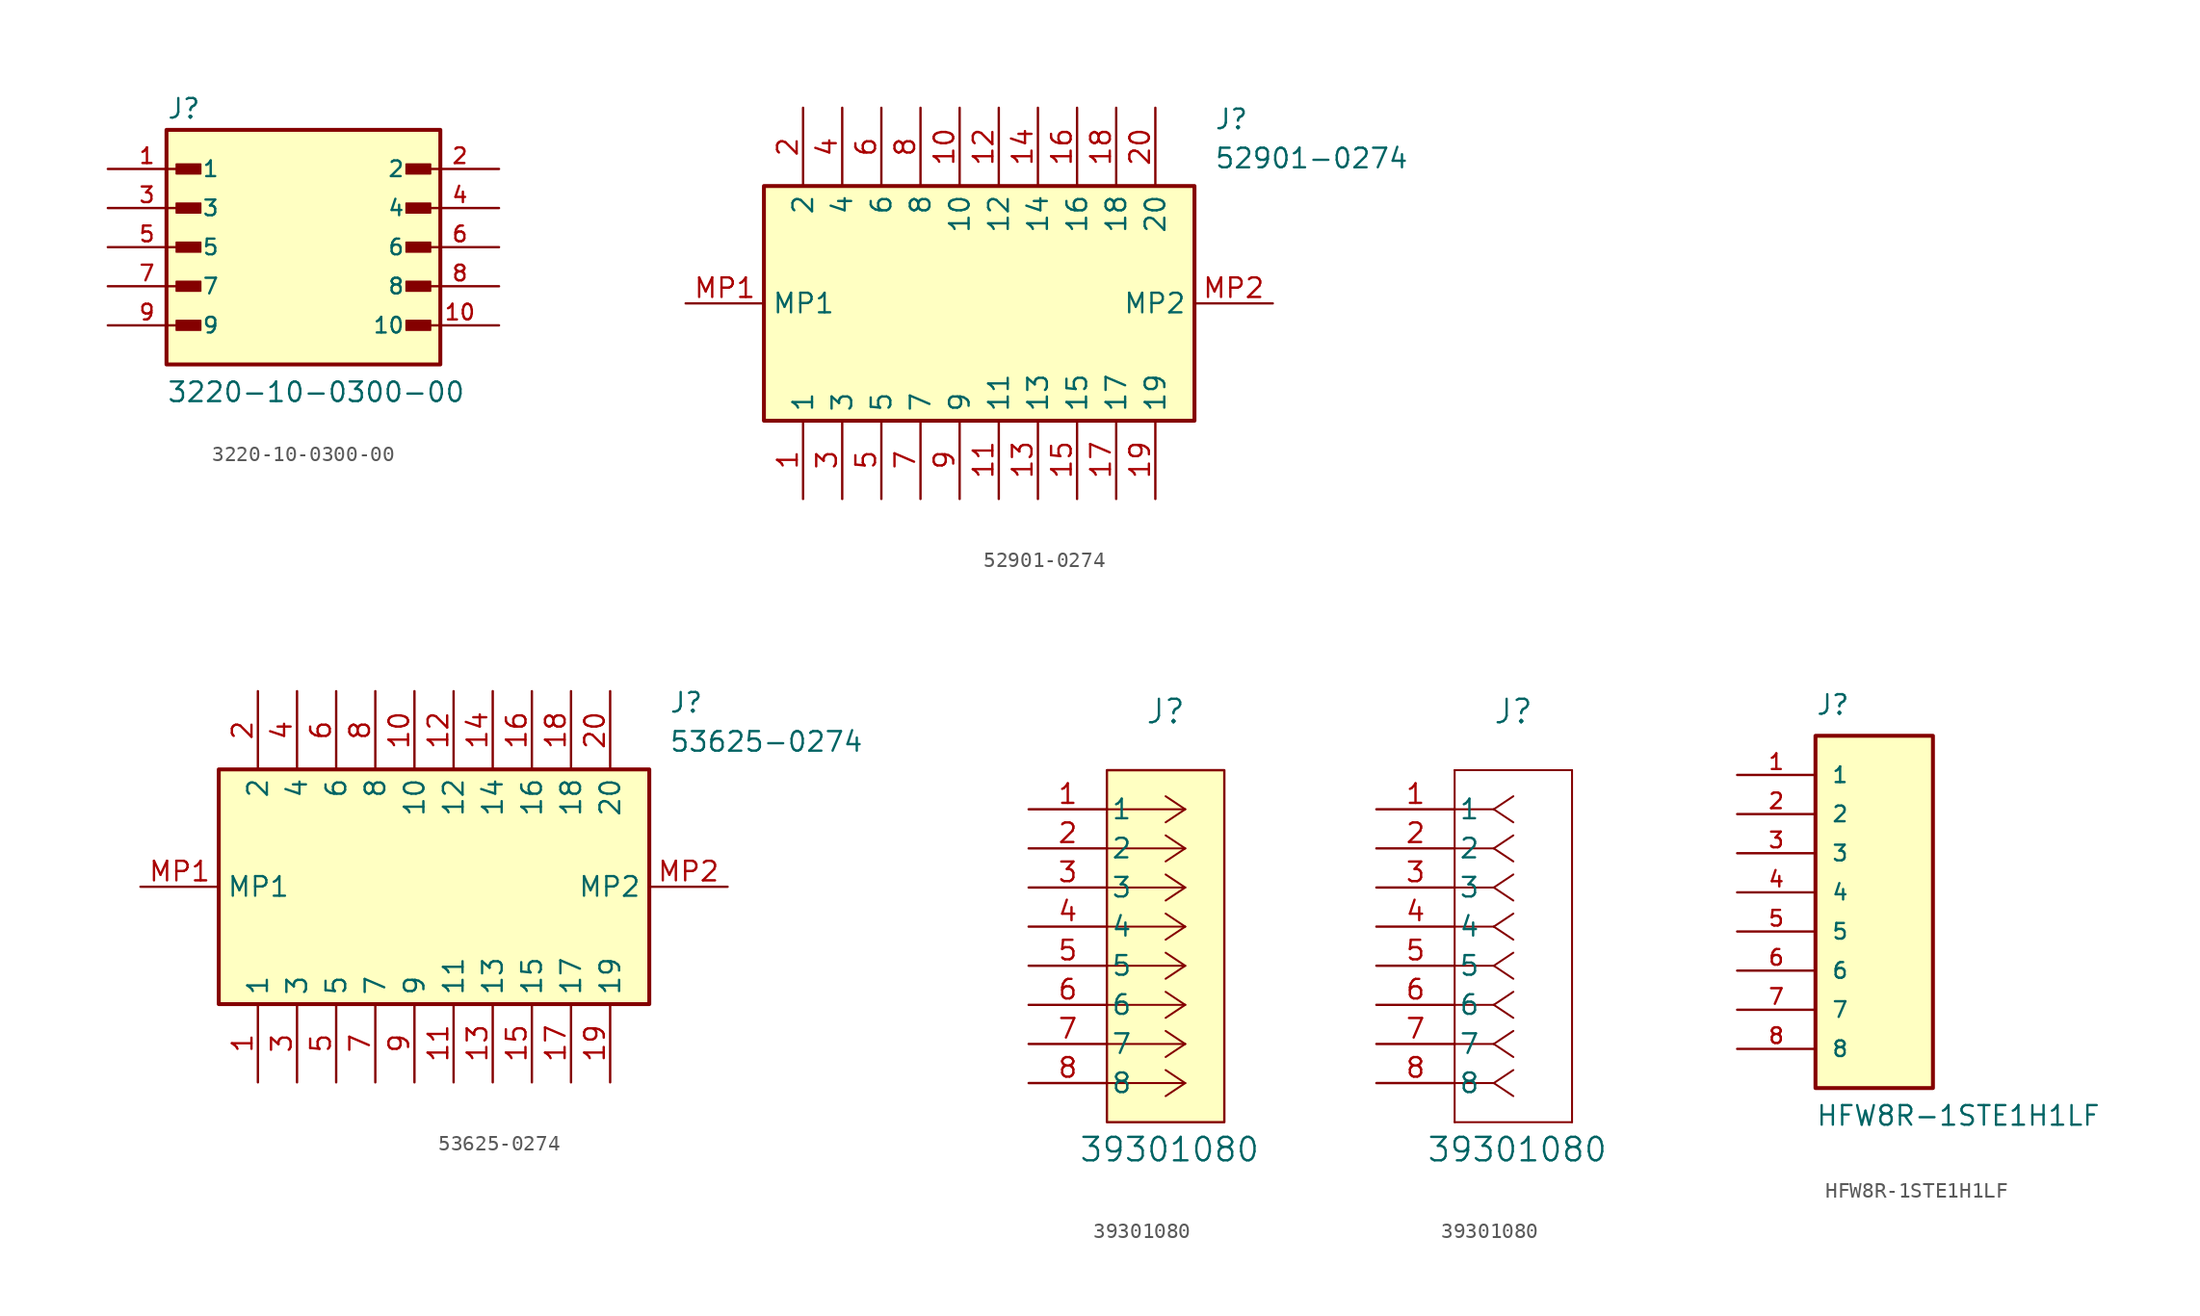
<source format=kicad_sym>
(kicad_symbol_lib
  (version 20231120)
  (generator "kicad_symbol_editor")
  (generator_version "8.0")
  (symbol "3220-10-0300-00"
    (pin_names
      (offset 1.016))
    (property "Reference" "J"
      (at -8.89 8.255 0)
      (effects (font (size 1.27 1.27)) (justify left bottom)))
    (property "Value" "3220-10-0300-00"
      (at -8.89 -10.16 0)
      (effects (font (size 1.27 1.27)) (justify left bottom)))
    (symbol "3220-10-0300-00_0_0"
      (rectangle (start -8.89 -7.62) (end 8.89 7.62) (stroke (width 0.254) (type default)) (fill (type background)))
      (rectangle (start -8.255 -5.397) (end -6.668 -4.763) (stroke (width 0.1) (type default)) (fill (type outline)))
      (rectangle (start -8.255 -2.857) (end -6.668 -2.223) (stroke (width 0.1) (type default)) (fill (type outline)))
      (rectangle (start -8.255 -0.318) (end -6.668 0.318) (stroke (width 0.1) (type default)) (fill (type outline)))
      (rectangle (start -8.255 2.223) (end -6.668 2.857) (stroke (width 0.1) (type default)) (fill (type outline)))
      (rectangle (start -8.255 4.763) (end -6.668 5.397) (stroke (width 0.1) (type default)) (fill (type outline)))
      (rectangle (start 6.668 -5.397) (end 8.255 -4.763) (stroke (width 0.1) (type default)) (fill (type outline)))
      (rectangle (start 6.668 -2.857) (end 8.255 -2.223) (stroke (width 0.1) (type default)) (fill (type outline)))
      (rectangle (start 6.668 -0.318) (end 8.255 0.318) (stroke (width 0.1) (type default)) (fill (type outline)))
      (rectangle (start 6.668 2.223) (end 8.255 2.857) (stroke (width 0.1) (type default)) (fill (type outline)))
      (rectangle (start 6.668 4.763) (end 8.255 5.397) (stroke (width 0.1) (type default)) (fill (type outline)))
      (pin passive line (at -12.7 5.08 0) (length 5.08) (name "1" (effects (font (size 1.016 1.016)))) (number "1" (effects (font (size 1.016 1.016)))))
      (pin passive line (at 12.7 -5.08 180) (length 5.08) (name "10" (effects (font (size 1.016 1.016)))) (number "10" (effects (font (size 1.016 1.016)))))
      (pin passive line (at 12.7 5.08 180) (length 5.08) (name "2" (effects (font (size 1.016 1.016)))) (number "2" (effects (font (size 1.016 1.016)))))
      (pin passive line (at -12.7 2.54 0) (length 5.08) (name "3" (effects (font (size 1.016 1.016)))) (number "3" (effects (font (size 1.016 1.016)))))
      (pin passive line (at 12.7 2.54 180) (length 5.08) (name "4" (effects (font (size 1.016 1.016)))) (number "4" (effects (font (size 1.016 1.016)))))
      (pin passive line (at -12.7 0 0) (length 5.08) (name "5" (effects (font (size 1.016 1.016)))) (number "5" (effects (font (size 1.016 1.016)))))
      (pin passive line (at 12.7 0 180) (length 5.08) (name "6" (effects (font (size 1.016 1.016)))) (number "6" (effects (font (size 1.016 1.016)))))
      (pin passive line (at -12.7 -2.54 0) (length 5.08) (name "7" (effects (font (size 1.016 1.016)))) (number "7" (effects (font (size 1.016 1.016)))))
      (pin passive line (at 12.7 -2.54 180) (length 5.08) (name "8" (effects (font (size 1.016 1.016)))) (number "8" (effects (font (size 1.016 1.016)))))
      (pin passive line (at -12.7 -5.08 0) (length 5.08) (name "9" (effects (font (size 1.016 1.016)))) (number "9" (effects (font (size 1.016 1.016)))))))
  (symbol "52901-0274"
    (property "Reference" "J"
      (at 34.29 12.7 0)
      (effects (font (size 1.27 1.27)) (justify left top)))
    (property "Value" "52901-0274"
      (at 34.29 10.16 0)
      (effects (font (size 1.27 1.27)) (justify left top)))
    (symbol "52901-0274_1_1"
      (rectangle (start 5.08 7.62) (end 33.02 -7.62) (stroke (width 0.254) (type default)) (fill (type background)))
      (pin passive line (at 7.62 -12.7 90) (length 5.08) (name "1" (effects (font (size 1.27 1.27)))) (number "1" (effects (font (size 1.27 1.27)))))
      (pin passive line (at 17.78 12.7 270) (length 5.08) (name "10" (effects (font (size 1.27 1.27)))) (number "10" (effects (font (size 1.27 1.27)))))
      (pin passive line (at 20.32 -12.7 90) (length 5.08) (name "11" (effects (font (size 1.27 1.27)))) (number "11" (effects (font (size 1.27 1.27)))))
      (pin passive line (at 20.32 12.7 270) (length 5.08) (name "12" (effects (font (size 1.27 1.27)))) (number "12" (effects (font (size 1.27 1.27)))))
      (pin passive line (at 22.86 -12.7 90) (length 5.08) (name "13" (effects (font (size 1.27 1.27)))) (number "13" (effects (font (size 1.27 1.27)))))
      (pin passive line (at 22.86 12.7 270) (length 5.08) (name "14" (effects (font (size 1.27 1.27)))) (number "14" (effects (font (size 1.27 1.27)))))
      (pin passive line (at 25.4 -12.7 90) (length 5.08) (name "15" (effects (font (size 1.27 1.27)))) (number "15" (effects (font (size 1.27 1.27)))))
      (pin passive line (at 25.4 12.7 270) (length 5.08) (name "16" (effects (font (size 1.27 1.27)))) (number "16" (effects (font (size 1.27 1.27)))))
      (pin passive line (at 27.94 -12.7 90) (length 5.08) (name "17" (effects (font (size 1.27 1.27)))) (number "17" (effects (font (size 1.27 1.27)))))
      (pin passive line (at 27.94 12.7 270) (length 5.08) (name "18" (effects (font (size 1.27 1.27)))) (number "18" (effects (font (size 1.27 1.27)))))
      (pin passive line (at 30.48 -12.7 90) (length 5.08) (name "19" (effects (font (size 1.27 1.27)))) (number "19" (effects (font (size 1.27 1.27)))))
      (pin passive line (at 7.62 12.7 270) (length 5.08) (name "2" (effects (font (size 1.27 1.27)))) (number "2" (effects (font (size 1.27 1.27)))))
      (pin passive line (at 30.48 12.7 270) (length 5.08) (name "20" (effects (font (size 1.27 1.27)))) (number "20" (effects (font (size 1.27 1.27)))))
      (pin passive line (at 10.16 -12.7 90) (length 5.08) (name "3" (effects (font (size 1.27 1.27)))) (number "3" (effects (font (size 1.27 1.27)))))
      (pin passive line (at 10.16 12.7 270) (length 5.08) (name "4" (effects (font (size 1.27 1.27)))) (number "4" (effects (font (size 1.27 1.27)))))
      (pin passive line (at 12.7 -12.7 90) (length 5.08) (name "5" (effects (font (size 1.27 1.27)))) (number "5" (effects (font (size 1.27 1.27)))))
      (pin passive line (at 12.7 12.7 270) (length 5.08) (name "6" (effects (font (size 1.27 1.27)))) (number "6" (effects (font (size 1.27 1.27)))))
      (pin passive line (at 15.24 -12.7 90) (length 5.08) (name "7" (effects (font (size 1.27 1.27)))) (number "7" (effects (font (size 1.27 1.27)))))
      (pin passive line (at 15.24 12.7 270) (length 5.08) (name "8" (effects (font (size 1.27 1.27)))) (number "8" (effects (font (size 1.27 1.27)))))
      (pin passive line (at 17.78 -12.7 90) (length 5.08) (name "9" (effects (font (size 1.27 1.27)))) (number "9" (effects (font (size 1.27 1.27)))))
      (pin passive line (at 0 0 0) (length 5.08) (name "MP1" (effects (font (size 1.27 1.27)))) (number "MP1" (effects (font (size 1.27 1.27)))))
      (pin passive line (at 38.1 0 180) (length 5.08) (name "MP2" (effects (font (size 1.27 1.27)))) (number "MP2" (effects (font (size 1.27 1.27)))))))
  (symbol "53625-0274"
    (property "Reference" "J"
      (at 34.29 12.7 0)
      (effects (font (size 1.27 1.27)) (justify left top)))
    (property "Value" "53625-0274"
      (at 34.29 10.16 0)
      (effects (font (size 1.27 1.27)) (justify left top)))
    (symbol "53625-0274_1_1"
      (rectangle (start 5.08 7.62) (end 33.02 -7.62) (stroke (width 0.254) (type default)) (fill (type background)))
      (pin passive line (at 7.62 -12.7 90) (length 5.08) (name "1" (effects (font (size 1.27 1.27)))) (number "1" (effects (font (size 1.27 1.27)))))
      (pin passive line (at 17.78 12.7 270) (length 5.08) (name "10" (effects (font (size 1.27 1.27)))) (number "10" (effects (font (size 1.27 1.27)))))
      (pin passive line (at 20.32 -12.7 90) (length 5.08) (name "11" (effects (font (size 1.27 1.27)))) (number "11" (effects (font (size 1.27 1.27)))))
      (pin passive line (at 20.32 12.7 270) (length 5.08) (name "12" (effects (font (size 1.27 1.27)))) (number "12" (effects (font (size 1.27 1.27)))))
      (pin passive line (at 22.86 -12.7 90) (length 5.08) (name "13" (effects (font (size 1.27 1.27)))) (number "13" (effects (font (size 1.27 1.27)))))
      (pin passive line (at 22.86 12.7 270) (length 5.08) (name "14" (effects (font (size 1.27 1.27)))) (number "14" (effects (font (size 1.27 1.27)))))
      (pin passive line (at 25.4 -12.7 90) (length 5.08) (name "15" (effects (font (size 1.27 1.27)))) (number "15" (effects (font (size 1.27 1.27)))))
      (pin passive line (at 25.4 12.7 270) (length 5.08) (name "16" (effects (font (size 1.27 1.27)))) (number "16" (effects (font (size 1.27 1.27)))))
      (pin passive line (at 27.94 -12.7 90) (length 5.08) (name "17" (effects (font (size 1.27 1.27)))) (number "17" (effects (font (size 1.27 1.27)))))
      (pin passive line (at 27.94 12.7 270) (length 5.08) (name "18" (effects (font (size 1.27 1.27)))) (number "18" (effects (font (size 1.27 1.27)))))
      (pin passive line (at 30.48 -12.7 90) (length 5.08) (name "19" (effects (font (size 1.27 1.27)))) (number "19" (effects (font (size 1.27 1.27)))))
      (pin passive line (at 7.62 12.7 270) (length 5.08) (name "2" (effects (font (size 1.27 1.27)))) (number "2" (effects (font (size 1.27 1.27)))))
      (pin passive line (at 30.48 12.7 270) (length 5.08) (name "20" (effects (font (size 1.27 1.27)))) (number "20" (effects (font (size 1.27 1.27)))))
      (pin passive line (at 10.16 -12.7 90) (length 5.08) (name "3" (effects (font (size 1.27 1.27)))) (number "3" (effects (font (size 1.27 1.27)))))
      (pin passive line (at 10.16 12.7 270) (length 5.08) (name "4" (effects (font (size 1.27 1.27)))) (number "4" (effects (font (size 1.27 1.27)))))
      (pin passive line (at 12.7 -12.7 90) (length 5.08) (name "5" (effects (font (size 1.27 1.27)))) (number "5" (effects (font (size 1.27 1.27)))))
      (pin passive line (at 12.7 12.7 270) (length 5.08) (name "6" (effects (font (size 1.27 1.27)))) (number "6" (effects (font (size 1.27 1.27)))))
      (pin passive line (at 15.24 -12.7 90) (length 5.08) (name "7" (effects (font (size 1.27 1.27)))) (number "7" (effects (font (size 1.27 1.27)))))
      (pin passive line (at 15.24 12.7 270) (length 5.08) (name "8" (effects (font (size 1.27 1.27)))) (number "8" (effects (font (size 1.27 1.27)))))
      (pin passive line (at 17.78 -12.7 90) (length 5.08) (name "9" (effects (font (size 1.27 1.27)))) (number "9" (effects (font (size 1.27 1.27)))))
      (pin passive line (at 0 0 0) (length 5.08) (name "MP1" (effects (font (size 1.27 1.27)))) (number "MP1" (effects (font (size 1.27 1.27)))))
      (pin passive line (at 38.1 0 180) (length 5.08) (name "MP2" (effects (font (size 1.27 1.27)))) (number "MP2" (effects (font (size 1.27 1.27)))))))
  (symbol "39301080"
    (pin_names
      (offset 0.254))
    (property "Reference" "J"
      (at 8.89 6.35 0)
      (effects (font (size 1.524 1.524))))
    (property "Value" "39301080"
      (at 9.144 -22.098 0)
      (effects (font (size 1.524 1.524))))
    (symbol "39301080_1_1"
      (polyline (pts (xy 10.16 -17.78) (xy 5.08 -17.78)) (stroke (width 0.127) (type default)) (fill (type none)))
      (polyline (pts (xy 10.16 -17.78) (xy 8.89 -18.627)) (stroke (width 0.127) (type default)) (fill (type none)))
      (polyline (pts (xy 10.16 -17.78) (xy 8.89 -16.933)) (stroke (width 0.127) (type default)) (fill (type none)))
      (polyline (pts (xy 10.16 -15.24) (xy 5.08 -15.24)) (stroke (width 0.127) (type default)) (fill (type none)))
      (polyline (pts (xy 10.16 -15.24) (xy 8.89 -16.087)) (stroke (width 0.127) (type default)) (fill (type none)))
      (polyline (pts (xy 10.16 -15.24) (xy 8.89 -14.393)) (stroke (width 0.127) (type default)) (fill (type none)))
      (polyline (pts (xy 10.16 -12.7) (xy 5.08 -12.7)) (stroke (width 0.127) (type default)) (fill (type none)))
      (polyline (pts (xy 10.16 -12.7) (xy 8.89 -13.547)) (stroke (width 0.127) (type default)) (fill (type none)))
      (polyline (pts (xy 10.16 -12.7) (xy 8.89 -11.853)) (stroke (width 0.127) (type default)) (fill (type none)))
      (polyline (pts (xy 10.16 -10.16) (xy 5.08 -10.16)) (stroke (width 0.127) (type default)) (fill (type none)))
      (polyline (pts (xy 10.16 -10.16) (xy 8.89 -11.007)) (stroke (width 0.127) (type default)) (fill (type none)))
      (polyline (pts (xy 10.16 -10.16) (xy 8.89 -9.313)) (stroke (width 0.127) (type default)) (fill (type none)))
      (polyline (pts (xy 10.16 -7.62) (xy 5.08 -7.62)) (stroke (width 0.127) (type default)) (fill (type none)))
      (polyline (pts (xy 10.16 -7.62) (xy 8.89 -8.467)) (stroke (width 0.127) (type default)) (fill (type none)))
      (polyline (pts (xy 10.16 -7.62) (xy 8.89 -6.773)) (stroke (width 0.127) (type default)) (fill (type none)))
      (polyline (pts (xy 10.16 -5.08) (xy 5.08 -5.08)) (stroke (width 0.127) (type default)) (fill (type none)))
      (polyline (pts (xy 10.16 -5.08) (xy 8.89 -5.927)) (stroke (width 0.127) (type default)) (fill (type none)))
      (polyline (pts (xy 10.16 -5.08) (xy 8.89 -4.233)) (stroke (width 0.127) (type default)) (fill (type none)))
      (polyline (pts (xy 10.16 -2.54) (xy 5.08 -2.54)) (stroke (width 0.127) (type default)) (fill (type none)))
      (polyline (pts (xy 10.16 -2.54) (xy 8.89 -3.387)) (stroke (width 0.127) (type default)) (fill (type none)))
      (polyline (pts (xy 10.16 -2.54) (xy 8.89 -1.693)) (stroke (width 0.127) (type default)) (fill (type none)))
      (polyline (pts (xy 10.16 0) (xy 5.08 0)) (stroke (width 0.127) (type default)) (fill (type none)))
      (polyline (pts (xy 10.16 0) (xy 8.89 -0.847)) (stroke (width 0.127) (type default)) (fill (type none)))
      (polyline (pts (xy 10.16 0) (xy 8.89 0.847)) (stroke (width 0.127) (type default)) (fill (type none)))
      (rectangle (start 5.08 2.54) (end 12.7 -20.32) (stroke (width 0) (type default)) (fill (type background)))
      (pin unspecified line (at 0 0 0) (length 5.08) (name "1" (effects (font (size 1.27 1.27)))) (number "1" (effects (font (size 1.27 1.27)))))
      (pin unspecified line (at 0 -2.54 0) (length 5.08) (name "2" (effects (font (size 1.27 1.27)))) (number "2" (effects (font (size 1.27 1.27)))))
      (pin unspecified line (at 0 -5.08 0) (length 5.08) (name "3" (effects (font (size 1.27 1.27)))) (number "3" (effects (font (size 1.27 1.27)))))
      (pin unspecified line (at 0 -7.62 0) (length 5.08) (name "4" (effects (font (size 1.27 1.27)))) (number "4" (effects (font (size 1.27 1.27)))))
      (pin unspecified line (at 0 -10.16 0) (length 5.08) (name "5" (effects (font (size 1.27 1.27)))) (number "5" (effects (font (size 1.27 1.27)))))
      (pin unspecified line (at 0 -12.7 0) (length 5.08) (name "6" (effects (font (size 1.27 1.27)))) (number "6" (effects (font (size 1.27 1.27)))))
      (pin unspecified line (at 0 -15.24 0) (length 5.08) (name "7" (effects (font (size 1.27 1.27)))) (number "7" (effects (font (size 1.27 1.27)))))
      (pin unspecified line (at 0 -17.78 0) (length 5.08) (name "8" (effects (font (size 1.27 1.27)))) (number "8" (effects (font (size 1.27 1.27))))))
    (symbol "39301080_1_2"
      (polyline (pts (xy 5.08 -20.32) (xy 12.7 -20.32)) (stroke (width 0.127) (type default)) (fill (type none)))
      (polyline (pts (xy 5.08 2.54) (xy 5.08 -20.32)) (stroke (width 0.127) (type default)) (fill (type none)))
      (polyline (pts (xy 7.62 -17.78) (xy 5.08 -17.78)) (stroke (width 0.127) (type default)) (fill (type none)))
      (polyline (pts (xy 7.62 -17.78) (xy 8.89 -18.627)) (stroke (width 0.127) (type default)) (fill (type none)))
      (polyline (pts (xy 7.62 -17.78) (xy 8.89 -16.933)) (stroke (width 0.127) (type default)) (fill (type none)))
      (polyline (pts (xy 7.62 -15.24) (xy 5.08 -15.24)) (stroke (width 0.127) (type default)) (fill (type none)))
      (polyline (pts (xy 7.62 -15.24) (xy 8.89 -16.087)) (stroke (width 0.127) (type default)) (fill (type none)))
      (polyline (pts (xy 7.62 -15.24) (xy 8.89 -14.393)) (stroke (width 0.127) (type default)) (fill (type none)))
      (polyline (pts (xy 7.62 -12.7) (xy 5.08 -12.7)) (stroke (width 0.127) (type default)) (fill (type none)))
      (polyline (pts (xy 7.62 -12.7) (xy 8.89 -13.547)) (stroke (width 0.127) (type default)) (fill (type none)))
      (polyline (pts (xy 7.62 -12.7) (xy 8.89 -11.853)) (stroke (width 0.127) (type default)) (fill (type none)))
      (polyline (pts (xy 7.62 -10.16) (xy 5.08 -10.16)) (stroke (width 0.127) (type default)) (fill (type none)))
      (polyline (pts (xy 7.62 -10.16) (xy 8.89 -11.007)) (stroke (width 0.127) (type default)) (fill (type none)))
      (polyline (pts (xy 7.62 -10.16) (xy 8.89 -9.313)) (stroke (width 0.127) (type default)) (fill (type none)))
      (polyline (pts (xy 7.62 -7.62) (xy 5.08 -7.62)) (stroke (width 0.127) (type default)) (fill (type none)))
      (polyline (pts (xy 7.62 -7.62) (xy 8.89 -8.467)) (stroke (width 0.127) (type default)) (fill (type none)))
      (polyline (pts (xy 7.62 -7.62) (xy 8.89 -6.773)) (stroke (width 0.127) (type default)) (fill (type none)))
      (polyline (pts (xy 7.62 -5.08) (xy 5.08 -5.08)) (stroke (width 0.127) (type default)) (fill (type none)))
      (polyline (pts (xy 7.62 -5.08) (xy 8.89 -5.927)) (stroke (width 0.127) (type default)) (fill (type none)))
      (polyline (pts (xy 7.62 -5.08) (xy 8.89 -4.233)) (stroke (width 0.127) (type default)) (fill (type none)))
      (polyline (pts (xy 7.62 -2.54) (xy 5.08 -2.54)) (stroke (width 0.127) (type default)) (fill (type none)))
      (polyline (pts (xy 7.62 -2.54) (xy 8.89 -3.387)) (stroke (width 0.127) (type default)) (fill (type none)))
      (polyline (pts (xy 7.62 -2.54) (xy 8.89 -1.693)) (stroke (width 0.127) (type default)) (fill (type none)))
      (polyline (pts (xy 7.62 0) (xy 5.08 0)) (stroke (width 0.127) (type default)) (fill (type none)))
      (polyline (pts (xy 7.62 0) (xy 8.89 -0.847)) (stroke (width 0.127) (type default)) (fill (type none)))
      (polyline (pts (xy 7.62 0) (xy 8.89 0.847)) (stroke (width 0.127) (type default)) (fill (type none)))
      (polyline (pts (xy 12.7 -20.32) (xy 12.7 2.54)) (stroke (width 0.127) (type default)) (fill (type none)))
      (polyline (pts (xy 12.7 2.54) (xy 5.08 2.54)) (stroke (width 0.127) (type default)) (fill (type none)))
      (pin unspecified line (at 0 0 0) (length 5.08) (name "1" (effects (font (size 1.27 1.27)))) (number "1" (effects (font (size 1.27 1.27)))))
      (pin unspecified line (at 0 -2.54 0) (length 5.08) (name "2" (effects (font (size 1.27 1.27)))) (number "2" (effects (font (size 1.27 1.27)))))
      (pin unspecified line (at 0 -5.08 0) (length 5.08) (name "3" (effects (font (size 1.27 1.27)))) (number "3" (effects (font (size 1.27 1.27)))))
      (pin unspecified line (at 0 -7.62 0) (length 5.08) (name "4" (effects (font (size 1.27 1.27)))) (number "4" (effects (font (size 1.27 1.27)))))
      (pin unspecified line (at 0 -10.16 0) (length 5.08) (name "5" (effects (font (size 1.27 1.27)))) (number "5" (effects (font (size 1.27 1.27)))))
      (pin unspecified line (at 0 -12.7 0) (length 5.08) (name "6" (effects (font (size 1.27 1.27)))) (number "6" (effects (font (size 1.27 1.27)))))
      (pin unspecified line (at 0 -15.24 0) (length 5.08) (name "7" (effects (font (size 1.27 1.27)))) (number "7" (effects (font (size 1.27 1.27)))))
      (pin unspecified line (at 0 -17.78 0) (length 5.08) (name "8" (effects (font (size 1.27 1.27)))) (number "8" (effects (font (size 1.27 1.27)))))))
  (symbol "HFW8R-1STE1H1LF"
    (pin_names
      (offset 1.016))
    (property "Reference" "J"
      (at 0 11.43 0)
      (effects (font (size 1.27 1.27)) (justify left bottom)))
    (property "Value" "HFW8R-1STE1H1LF"
      (at 0 -15.24 0)
      (effects (font (size 1.27 1.27)) (justify left bottom)))
    (symbol "HFW8R-1STE1H1LF_0_0"
      (rectangle (start 0 -12.7) (end 7.62 10.16) (stroke (width 0.254) (type default)) (fill (type background)))
      (pin passive line (at -5.08 7.62 0) (length 5.08) (name "1" (effects (font (size 1.016 1.016)))) (number "1" (effects (font (size 1.016 1.016)))))
      (pin passive line (at -5.08 5.08 0) (length 5.08) (name "2" (effects (font (size 1.016 1.016)))) (number "2" (effects (font (size 1.016 1.016)))))
      (pin passive line (at -5.08 2.54 0) (length 5.08) (name "3" (effects (font (size 1.016 1.016)))) (number "3" (effects (font (size 1.016 1.016)))))
      (pin passive line (at -5.08 0 0) (length 5.08) (name "4" (effects (font (size 1.016 1.016)))) (number "4" (effects (font (size 1.016 1.016)))))
      (pin passive line (at -5.08 -2.54 0) (length 5.08) (name "5" (effects (font (size 1.016 1.016)))) (number "5" (effects (font (size 1.016 1.016)))))
      (pin passive line (at -5.08 -5.08 0) (length 5.08) (name "6" (effects (font (size 1.016 1.016)))) (number "6" (effects (font (size 1.016 1.016)))))
      (pin passive line (at -5.08 -7.62 0) (length 5.08) (name "7" (effects (font (size 1.016 1.016)))) (number "7" (effects (font (size 1.016 1.016)))))
      (pin passive line (at -5.08 -10.16 0) (length 5.08) (name "8" (effects (font (size 1.016 1.016)))) (number "8" (effects (font (size 1.016 1.016))))))))
</source>
